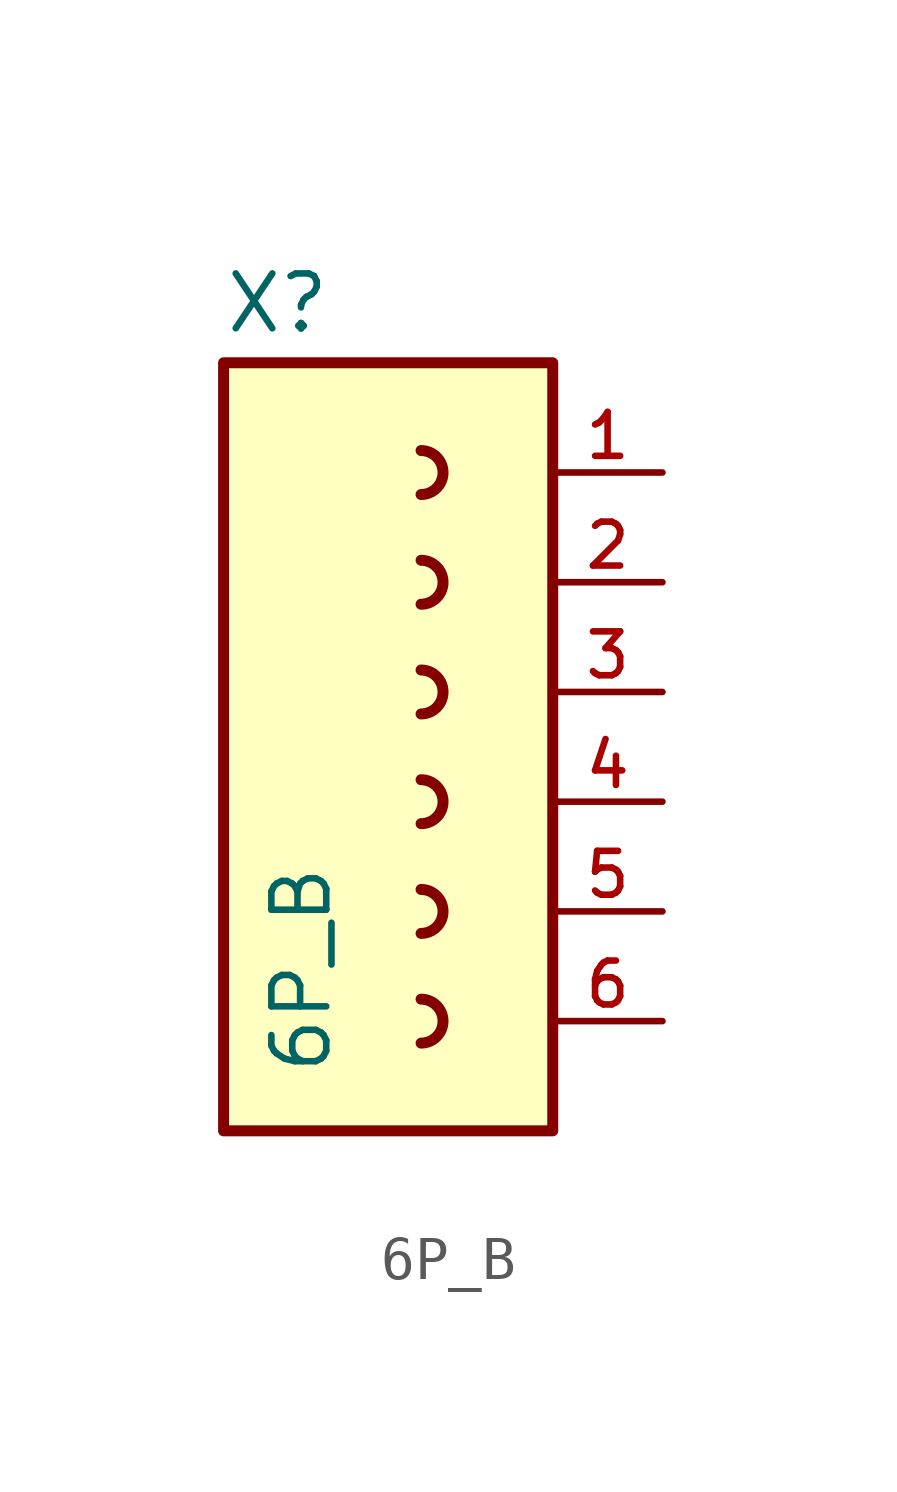
<source format=kicad_sym>
(kicad_symbol_lib
  (version 20211014)
  (generator kicad_symbol_editor)
  (symbol "6P_B"
    (pin_names
      (offset 1.016))
    (property "Reference" "X"
      (at -5.08 5.715 0)
      (effects (font (size 1.27 1.27)) (justify bottom left)))
    (property "Value" "6P_B"
      (at -2.54 -11.43 90.0)
      (effects (font (size 1.27 1.27)) (justify bottom left)))
    (symbol "6P_B_0_0"
      (arc (start -0.508 2.032) (mid 0.0 2.54) (end -0.508 3.048) (stroke (width 0.254) (type default) (color 0 0 0 0)) (fill (type none)))
      (arc (start -0.508 -0.508) (mid 0.0 0.0) (end -0.508 0.508) (stroke (width 0.254) (type default) (color 0 0 0 0)) (fill (type none)))
      (arc (start -0.508 -3.048) (mid 0.0 -2.54) (end -0.508 -2.032) (stroke (width 0.254) (type default) (color 0 0 0 0)) (fill (type none)))
      (arc (start -0.508 -5.588) (mid 0.0 -5.08) (end -0.508 -4.572) (stroke (width 0.254) (type default) (color 0 0 0 0)) (fill (type none)))
      (arc (start -0.508 -8.128) (mid 0.0 -7.62) (end -0.508 -7.112) (stroke (width 0.254) (type default) (color 0 0 0 0)) (fill (type none)))
      (arc (start -0.508 -10.668) (mid 0.0 -10.16) (end -0.508 -9.652) (stroke (width 0.254) (type default) (color 0 0 0 0)) (fill (type none)))
      (rectangle (start -5.08 -12.7) (end 2.54 5.08) (stroke (width 0.254)) (fill (type background)))
      (pin bidirectional line (at 5.08 2.54 180.0) (length 2.54) (name "~" (effects (font (size 1.016 1.016)))) (number "1" (effects (font (size 1.016 1.016)))))
      (pin bidirectional line (at 5.08 0.0 180.0) (length 2.54) (name "~" (effects (font (size 1.016 1.016)))) (number "2" (effects (font (size 1.016 1.016)))))
      (pin bidirectional line (at 5.08 -2.54 180.0) (length 2.54) (name "~" (effects (font (size 1.016 1.016)))) (number "3" (effects (font (size 1.016 1.016)))))
      (pin bidirectional line (at 5.08 -5.08 180.0) (length 2.54) (name "~" (effects (font (size 1.016 1.016)))) (number "4" (effects (font (size 1.016 1.016)))))
      (pin bidirectional line (at 5.08 -7.62 180.0) (length 2.54) (name "~" (effects (font (size 1.016 1.016)))) (number "5" (effects (font (size 1.016 1.016)))))
      (pin bidirectional line (at 5.08 -10.16 180.0) (length 2.54) (name "~" (effects (font (size 1.016 1.016)))) (number "6" (effects (font (size 1.016 1.016))))))))
</source>
